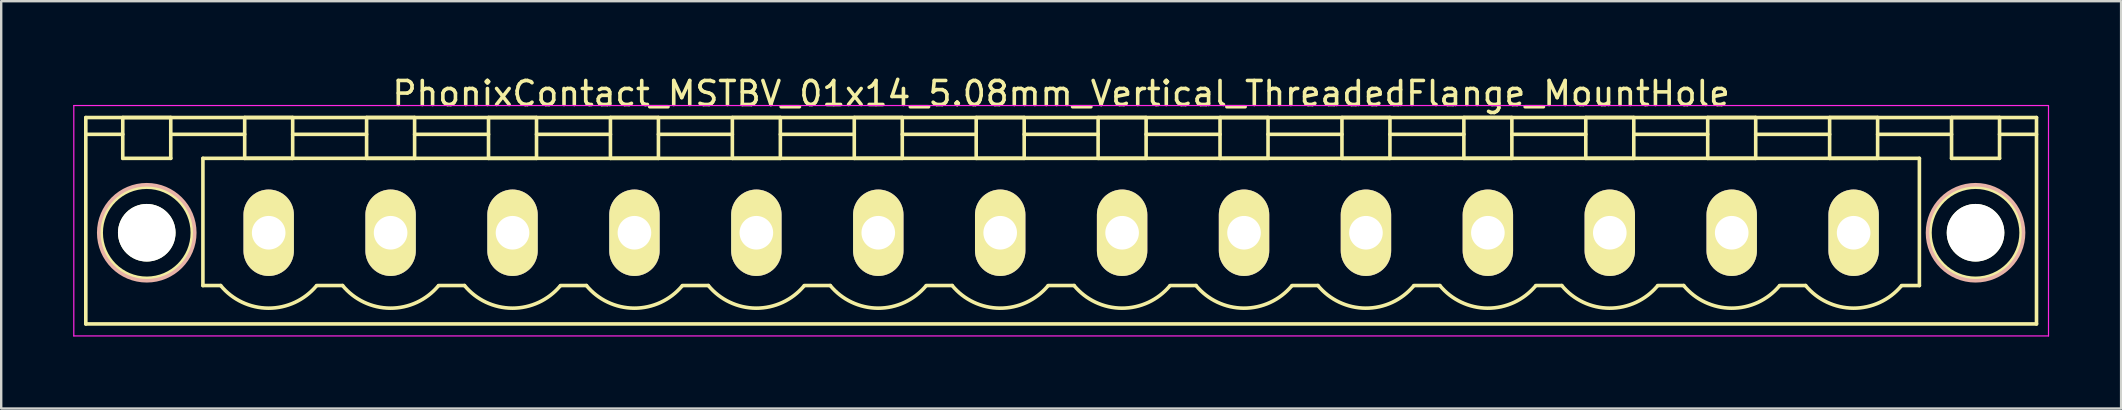
<source format=kicad_pcb>
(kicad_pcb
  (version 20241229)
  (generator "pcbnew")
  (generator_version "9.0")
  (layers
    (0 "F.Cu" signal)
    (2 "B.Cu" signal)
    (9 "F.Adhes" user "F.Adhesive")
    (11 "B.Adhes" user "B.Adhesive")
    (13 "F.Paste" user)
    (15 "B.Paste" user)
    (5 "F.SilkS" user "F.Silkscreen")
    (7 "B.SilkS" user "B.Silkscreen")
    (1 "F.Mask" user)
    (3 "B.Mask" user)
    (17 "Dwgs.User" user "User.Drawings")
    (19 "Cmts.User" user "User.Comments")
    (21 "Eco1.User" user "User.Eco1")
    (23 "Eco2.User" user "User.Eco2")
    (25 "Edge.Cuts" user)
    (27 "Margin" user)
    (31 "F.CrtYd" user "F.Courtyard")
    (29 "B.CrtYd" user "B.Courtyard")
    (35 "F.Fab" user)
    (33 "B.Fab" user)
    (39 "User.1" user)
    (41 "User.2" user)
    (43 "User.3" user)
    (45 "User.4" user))
  (footprint "PhonixContact_MSTBV_01x14_5.08mm_Vertical_ThreadedFlange_MountHole"
    (layer "F.Cu")
    (at 8.145 6.648)
    (property "Reference" "PhonixContact_MSTBV_01x14_5.08mm_Vertical_ThreadedFlange_MountHole" (at 33.02 -5.8 0) (layer "F.SilkS") (effects (font (size 1 1) (thickness 0.15))))
    (attr through_hole)
    (fp_line (start -7.62 -4.8) (end -7.62 3.8) (stroke (width 0.15) (type solid)) (layer "F.SilkS"))
    (fp_line (start -7.62 -4.1) (end -6.08 -4.1) (stroke (width 0.15) (type solid)) (layer "F.SilkS"))
    (fp_line (start -7.62 3.8) (end 73.66 3.8) (stroke (width 0.15) (type solid)) (layer "F.SilkS"))
    (fp_line (start -6.08 -4.8) (end -4.08 -4.8) (stroke (width 0.15) (type solid)) (layer "F.SilkS"))
    (fp_line (start -6.08 -3.1) (end -6.08 -4.8) (stroke (width 0.15) (type solid)) (layer "F.SilkS"))
    (fp_line (start -4.08 -4.8) (end -4.08 -3.1) (stroke (width 0.15) (type solid)) (layer "F.SilkS"))
    (fp_line (start -4.08 -4.1) (end -1 -4.1) (stroke (width 0.15) (type solid)) (layer "F.SilkS"))
    (fp_line (start -4.08 -3.1) (end -6.08 -3.1) (stroke (width 0.15) (type solid)) (layer "F.SilkS"))
    (fp_line (start -2.74 -3.1) (end 68.78 -3.1) (stroke (width 0.15) (type solid)) (layer "F.SilkS"))
    (fp_line (start -2.74 2.2) (end -2.74 -3.1) (stroke (width 0.15) (type solid)) (layer "F.SilkS"))
    (fp_line (start -2 2.2) (end -2.74 2.2) (stroke (width 0.15) (type solid)) (layer "F.SilkS"))
    (fp_line (start -1 -4.8) (end 1 -4.8) (stroke (width 0.15) (type solid)) (layer "F.SilkS"))
    (fp_line (start -1 -3.1) (end -1 -4.8) (stroke (width 0.15) (type solid)) (layer "F.SilkS"))
    (fp_line (start 1 -4.8) (end 1 -3.1) (stroke (width 0.15) (type solid)) (layer "F.SilkS"))
    (fp_line (start 1 -4.1) (end 4.08 -4.1) (stroke (width 0.15) (type solid)) (layer "F.SilkS"))
    (fp_line (start 1 -3.1) (end -1 -3.1) (stroke (width 0.15) (type solid)) (layer "F.SilkS"))
    (fp_line (start 2 2.2) (end 3.08 2.2) (stroke (width 0.15) (type solid)) (layer "F.SilkS"))
    (fp_line (start 4.08 -4.8) (end 6.08 -4.8) (stroke (width 0.15) (type solid)) (layer "F.SilkS"))
    (fp_line (start 4.08 -3.1) (end 4.08 -4.8) (stroke (width 0.15) (type solid)) (layer "F.SilkS"))
    (fp_line (start 6.08 -4.8) (end 6.08 -3.1) (stroke (width 0.15) (type solid)) (layer "F.SilkS"))
    (fp_line (start 6.08 -4.1) (end 9.16 -4.1) (stroke (width 0.15) (type solid)) (layer "F.SilkS"))
    (fp_line (start 6.08 -3.1) (end 4.08 -3.1) (stroke (width 0.15) (type solid)) (layer "F.SilkS"))
    (fp_line (start 7.08 2.2) (end 8.16 2.2) (stroke (width 0.15) (type solid)) (layer "F.SilkS"))
    (fp_line (start 9.16 -4.8) (end 11.16 -4.8) (stroke (width 0.15) (type solid)) (layer "F.SilkS"))
    (fp_line (start 9.16 -3.1) (end 9.16 -4.8) (stroke (width 0.15) (type solid)) (layer "F.SilkS"))
    (fp_line (start 11.16 -4.8) (end 11.16 -3.1) (stroke (width 0.15) (type solid)) (layer "F.SilkS"))
    (fp_line (start 11.16 -4.1) (end 14.24 -4.1) (stroke (width 0.15) (type solid)) (layer "F.SilkS"))
    (fp_line (start 11.16 -3.1) (end 9.16 -3.1) (stroke (width 0.15) (type solid)) (layer "F.SilkS"))
    (fp_line (start 12.16 2.2) (end 13.24 2.2) (stroke (width 0.15) (type solid)) (layer "F.SilkS"))
    (fp_line (start 14.24 -4.8) (end 16.24 -4.8) (stroke (width 0.15) (type solid)) (layer "F.SilkS"))
    (fp_line (start 14.24 -3.1) (end 14.24 -4.8) (stroke (width 0.15) (type solid)) (layer "F.SilkS"))
    (fp_line (start 16.24 -4.8) (end 16.24 -3.1) (stroke (width 0.15) (type solid)) (layer "F.SilkS"))
    (fp_line (start 16.24 -4.1) (end 19.32 -4.1) (stroke (width 0.15) (type solid)) (layer "F.SilkS"))
    (fp_line (start 16.24 -3.1) (end 14.24 -3.1) (stroke (width 0.15) (type solid)) (layer "F.SilkS"))
    (fp_line (start 17.24 2.2) (end 18.32 2.2) (stroke (width 0.15) (type solid)) (layer "F.SilkS"))
    (fp_line (start 19.32 -4.8) (end 21.32 -4.8) (stroke (width 0.15) (type solid)) (layer "F.SilkS"))
    (fp_line (start 19.32 -3.1) (end 19.32 -4.8) (stroke (width 0.15) (type solid)) (layer "F.SilkS"))
    (fp_line (start 21.32 -4.8) (end 21.32 -3.1) (stroke (width 0.15) (type solid)) (layer "F.SilkS"))
    (fp_line (start 21.32 -4.1) (end 24.4 -4.1) (stroke (width 0.15) (type solid)) (layer "F.SilkS"))
    (fp_line (start 21.32 -3.1) (end 19.32 -3.1) (stroke (width 0.15) (type solid)) (layer "F.SilkS"))
    (fp_line (start 22.32 2.2) (end 23.4 2.2) (stroke (width 0.15) (type solid)) (layer "F.SilkS"))
    (fp_line (start 24.4 -4.8) (end 26.4 -4.8) (stroke (width 0.15) (type solid)) (layer "F.SilkS"))
    (fp_line (start 24.4 -3.1) (end 24.4 -4.8) (stroke (width 0.15) (type solid)) (layer "F.SilkS"))
    (fp_line (start 26.4 -4.8) (end 26.4 -3.1) (stroke (width 0.15) (type solid)) (layer "F.SilkS"))
    (fp_line (start 26.4 -4.1) (end 29.48 -4.1) (stroke (width 0.15) (type solid)) (layer "F.SilkS"))
    (fp_line (start 26.4 -3.1) (end 24.4 -3.1) (stroke (width 0.15) (type solid)) (layer "F.SilkS"))
    (fp_line (start 27.4 2.2) (end 28.48 2.2) (stroke (width 0.15) (type solid)) (layer "F.SilkS"))
    (fp_line (start 29.48 -4.8) (end 31.48 -4.8) (stroke (width 0.15) (type solid)) (layer "F.SilkS"))
    (fp_line (start 29.48 -3.1) (end 29.48 -4.8) (stroke (width 0.15) (type solid)) (layer "F.SilkS"))
    (fp_line (start 31.48 -4.8) (end 31.48 -3.1) (stroke (width 0.15) (type solid)) (layer "F.SilkS"))
    (fp_line (start 31.48 -4.1) (end 34.56 -4.1) (stroke (width 0.15) (type solid)) (layer "F.SilkS"))
    (fp_line (start 31.48 -3.1) (end 29.48 -3.1) (stroke (width 0.15) (type solid)) (layer "F.SilkS"))
    (fp_line (start 32.48 2.2) (end 33.56 2.2) (stroke (width 0.15) (type solid)) (layer "F.SilkS"))
    (fp_line (start 34.56 -4.8) (end 36.56 -4.8) (stroke (width 0.15) (type solid)) (layer "F.SilkS"))
    (fp_line (start 34.56 -3.1) (end 34.56 -4.8) (stroke (width 0.15) (type solid)) (layer "F.SilkS"))
    (fp_line (start 36.56 -4.8) (end 36.56 -3.1) (stroke (width 0.15) (type solid)) (layer "F.SilkS"))
    (fp_line (start 36.56 -4.1) (end 39.64 -4.1) (stroke (width 0.15) (type solid)) (layer "F.SilkS"))
    (fp_line (start 36.56 -3.1) (end 34.56 -3.1) (stroke (width 0.15) (type solid)) (layer "F.SilkS"))
    (fp_line (start 37.56 2.2) (end 38.64 2.2) (stroke (width 0.15) (type solid)) (layer "F.SilkS"))
    (fp_line (start 39.64 -4.8) (end 41.64 -4.8) (stroke (width 0.15) (type solid)) (layer "F.SilkS"))
    (fp_line (start 39.64 -3.1) (end 39.64 -4.8) (stroke (width 0.15) (type solid)) (layer "F.SilkS"))
    (fp_line (start 41.64 -4.8) (end 41.64 -3.1) (stroke (width 0.15) (type solid)) (layer "F.SilkS"))
    (fp_line (start 41.64 -4.1) (end 44.72 -4.1) (stroke (width 0.15) (type solid)) (layer "F.SilkS"))
    (fp_line (start 41.64 -3.1) (end 39.64 -3.1) (stroke (width 0.15) (type solid)) (layer "F.SilkS"))
    (fp_line (start 42.64 2.2) (end 43.72 2.2) (stroke (width 0.15) (type solid)) (layer "F.SilkS"))
    (fp_line (start 44.72 -4.8) (end 46.72 -4.8) (stroke (width 0.15) (type solid)) (layer "F.SilkS"))
    (fp_line (start 44.72 -3.1) (end 44.72 -4.8) (stroke (width 0.15) (type solid)) (layer "F.SilkS"))
    (fp_line (start 46.72 -4.8) (end 46.72 -3.1) (stroke (width 0.15) (type solid)) (layer "F.SilkS"))
    (fp_line (start 46.72 -4.1) (end 49.8 -4.1) (stroke (width 0.15) (type solid)) (layer "F.SilkS"))
    (fp_line (start 46.72 -3.1) (end 44.72 -3.1) (stroke (width 0.15) (type solid)) (layer "F.SilkS"))
    (fp_line (start 47.72 2.2) (end 48.8 2.2) (stroke (width 0.15) (type solid)) (layer "F.SilkS"))
    (fp_line (start 49.8 -4.8) (end 51.8 -4.8) (stroke (width 0.15) (type solid)) (layer "F.SilkS"))
    (fp_line (start 49.8 -3.1) (end 49.8 -4.8) (stroke (width 0.15) (type solid)) (layer "F.SilkS"))
    (fp_line (start 51.8 -4.8) (end 51.8 -3.1) (stroke (width 0.15) (type solid)) (layer "F.SilkS"))
    (fp_line (start 51.8 -4.1) (end 54.88 -4.1) (stroke (width 0.15) (type solid)) (layer "F.SilkS"))
    (fp_line (start 51.8 -3.1) (end 49.8 -3.1) (stroke (width 0.15) (type solid)) (layer "F.SilkS"))
    (fp_line (start 52.8 2.2) (end 53.88 2.2) (stroke (width 0.15) (type solid)) (layer "F.SilkS"))
    (fp_line (start 54.88 -4.8) (end 56.88 -4.8) (stroke (width 0.15) (type solid)) (layer "F.SilkS"))
    (fp_line (start 54.88 -3.1) (end 54.88 -4.8) (stroke (width 0.15) (type solid)) (layer "F.SilkS"))
    (fp_line (start 56.88 -4.8) (end 56.88 -3.1) (stroke (width 0.15) (type solid)) (layer "F.SilkS"))
    (fp_line (start 56.88 -4.1) (end 59.96 -4.1) (stroke (width 0.15) (type solid)) (layer "F.SilkS"))
    (fp_line (start 56.88 -3.1) (end 54.88 -3.1) (stroke (width 0.15) (type solid)) (layer "F.SilkS"))
    (fp_line (start 57.88 2.2) (end 58.96 2.2) (stroke (width 0.15) (type solid)) (layer "F.SilkS"))
    (fp_line (start 59.96 -4.8) (end 61.96 -4.8) (stroke (width 0.15) (type solid)) (layer "F.SilkS"))
    (fp_line (start 59.96 -3.1) (end 59.96 -4.8) (stroke (width 0.15) (type solid)) (layer "F.SilkS"))
    (fp_line (start 61.96 -4.8) (end 61.96 -3.1) (stroke (width 0.15) (type solid)) (layer "F.SilkS"))
    (fp_line (start 61.96 -4.1) (end 65.04 -4.1) (stroke (width 0.15) (type solid)) (layer "F.SilkS"))
    (fp_line (start 61.96 -3.1) (end 59.96 -3.1) (stroke (width 0.15) (type solid)) (layer "F.SilkS"))
    (fp_line (start 62.96 2.2) (end 64.04 2.2) (stroke (width 0.15) (type solid)) (layer "F.SilkS"))
    (fp_line (start 65.04 -4.8) (end 67.04 -4.8) (stroke (width 0.15) (type solid)) (layer "F.SilkS"))
    (fp_line (start 65.04 -3.1) (end 65.04 -4.8) (stroke (width 0.15) (type solid)) (layer "F.SilkS"))
    (fp_line (start 67.04 -4.8) (end 67.04 -3.1) (stroke (width 0.15) (type solid)) (layer "F.SilkS"))
    (fp_line (start 67.04 -4.1) (end 70.12 -4.1) (stroke (width 0.15) (type solid)) (layer "F.SilkS"))
    (fp_line (start 67.04 -3.1) (end 65.04 -3.1) (stroke (width 0.15) (type solid)) (layer "F.SilkS"))
    (fp_line (start 68.78 -3.1) (end 68.78 2.2) (stroke (width 0.15) (type solid)) (layer "F.SilkS"))
    (fp_line (start 68.78 2.2) (end 68.04 2.2) (stroke (width 0.15) (type solid)) (layer "F.SilkS"))
    (fp_line (start 70.12 -4.8) (end 72.12 -4.8) (stroke (width 0.15) (type solid)) (layer "F.SilkS"))
    (fp_line (start 70.12 -3.1) (end 70.12 -4.8) (stroke (width 0.15) (type solid)) (layer "F.SilkS"))
    (fp_line (start 72.12 -4.8) (end 72.12 -3.1) (stroke (width 0.15) (type solid)) (layer "F.SilkS"))
    (fp_line (start 72.12 -3.1) (end 70.12 -3.1) (stroke (width 0.15) (type solid)) (layer "F.SilkS"))
    (fp_line (start 73.66 -4.8) (end -7.62 -4.8) (stroke (width 0.15) (type solid)) (layer "F.SilkS"))
    (fp_line (start 73.66 -4.1) (end 72.12 -4.1) (stroke (width 0.15) (type solid)) (layer "F.SilkS"))
    (fp_line (start 73.66 3.8) (end 73.66 -4.8) (stroke (width 0.15) (type solid)) (layer "F.SilkS"))
    (fp_arc (start 1.986842 2.215821) (mid -0.010289 3.142758) (end -2 2.2) (stroke (width 0.15) (type solid)) (layer "F.SilkS"))
    (fp_arc (start 7.066842 2.215821) (mid 5.069711 3.142758) (end 3.08 2.2) (stroke (width 0.15) (type solid)) (layer "F.SilkS"))
    (fp_arc (start 12.146842 2.215821) (mid 10.149711 3.142758) (end 8.16 2.2) (stroke (width 0.15) (type solid)) (layer "F.SilkS"))
    (fp_arc (start 17.226842 2.215821) (mid 15.229711 3.142758) (end 13.24 2.2) (stroke (width 0.15) (type solid)) (layer "F.SilkS"))
    (fp_arc (start 22.306842 2.215821) (mid 20.309711 3.142758) (end 18.32 2.2) (stroke (width 0.15) (type solid)) (layer "F.SilkS"))
    (fp_arc (start 27.386842 2.215821) (mid 25.389711 3.142758) (end 23.4 2.2) (stroke (width 0.15) (type solid)) (layer "F.SilkS"))
    (fp_arc (start 32.466842 2.215821) (mid 30.469711 3.142758) (end 28.48 2.2) (stroke (width 0.15) (type solid)) (layer "F.SilkS"))
    (fp_arc (start 37.546842 2.215821) (mid 35.549711 3.142758) (end 33.56 2.2) (stroke (width 0.15) (type solid)) (layer "F.SilkS"))
    (fp_arc (start 42.626842 2.215821) (mid 40.629711 3.142758) (end 38.64 2.2) (stroke (width 0.15) (type solid)) (layer "F.SilkS"))
    (fp_arc (start 47.706842 2.215821) (mid 45.709711 3.142758) (end 43.72 2.2) (stroke (width 0.15) (type solid)) (layer "F.SilkS"))
    (fp_arc (start 52.786842 2.215821) (mid 50.789711 3.142758) (end 48.8 2.2) (stroke (width 0.15) (type solid)) (layer "F.SilkS"))
    (fp_arc (start 57.866842 2.215821) (mid 55.869711 3.142758) (end 53.88 2.2) (stroke (width 0.15) (type solid)) (layer "F.SilkS"))
    (fp_arc (start 62.946842 2.215821) (mid 60.949711 3.142758) (end 58.96 2.2) (stroke (width 0.15) (type solid)) (layer "F.SilkS"))
    (fp_arc (start 68.026842 2.215821) (mid 66.029711 3.142758) (end 64.04 2.2) (stroke (width 0.15) (type solid)) (layer "F.SilkS"))
    (fp_circle (center -5.08 0) (end -4.08 0) (stroke (width 0.15) (type solid)) (fill no) (layer "F.SilkS"))
    (fp_circle (center -5.08 0) (end -3.18 0) (stroke (width 0.15) (type solid)) (fill no) (layer "F.SilkS"))
    (fp_circle (center 71.12 0) (end 72.12 0) (stroke (width 0.15) (type solid)) (fill no) (layer "F.SilkS"))
    (fp_circle (center 71.12 0) (end 73.02 0) (stroke (width 0.15) (type solid)) (fill no) (layer "F.SilkS"))
    (fp_circle (center -5.08 0) (end -3.08 0) (stroke (width 0.15) (type solid)) (fill no) (layer "B.SilkS"))
    (fp_circle (center 71.12 0) (end 73.12 0) (stroke (width 0.15) (type solid)) (fill no) (layer "B.SilkS"))
    (fp_line (start -8.12 -5.3) (end -8.12 4.3) (stroke (width 0.05) (type solid)) (layer "F.CrtYd"))
    (fp_line (start -8.12 4.3) (end 74.16 4.3) (stroke (width 0.05) (type solid)) (layer "F.CrtYd"))
    (fp_line (start 74.16 -5.3) (end -8.12 -5.3) (stroke (width 0.05) (type solid)) (layer "F.CrtYd"))
    (fp_line (start 74.16 4.3) (end 74.16 -5.3) (stroke (width 0.05) (type solid)) (layer "F.CrtYd"))
    (pad "" np_thru_hole circle (at -5.08 0) (size 2.4 2.4) (drill 2.4) (layers "*.Cu" "*.Mask" "F.SilkS"))
    (pad "" np_thru_hole circle (at 71.12 0) (size 2.4 2.4) (drill 2.4) (layers "*.Cu" "*.Mask" "F.SilkS"))
    (pad "1" thru_hole oval (at 0 0) (size 2.1 3.6) (drill 1.4) (layers "*.Cu" "*.Mask" "F.SilkS"))
    (pad "2" thru_hole oval (at 5.08 0) (size 2.1 3.6) (drill 1.4) (layers "*.Cu" "*.Mask" "F.SilkS"))
    (pad "3" thru_hole oval (at 10.16 0) (size 2.1 3.6) (drill 1.4) (layers "*.Cu" "*.Mask" "F.SilkS"))
    (pad "4" thru_hole oval (at 15.24 0) (size 2.1 3.6) (drill 1.4) (layers "*.Cu" "*.Mask" "F.SilkS"))
    (pad "5" thru_hole oval (at 20.32 0) (size 2.1 3.6) (drill 1.4) (layers "*.Cu" "*.Mask" "F.SilkS"))
    (pad "6" thru_hole oval (at 25.4 0) (size 2.1 3.6) (drill 1.4) (layers "*.Cu" "*.Mask" "F.SilkS"))
    (pad "7" thru_hole oval (at 30.48 0) (size 2.1 3.6) (drill 1.4) (layers "*.Cu" "*.Mask" "F.SilkS"))
    (pad "8" thru_hole oval (at 35.56 0) (size 2.1 3.6) (drill 1.4) (layers "*.Cu" "*.Mask" "F.SilkS"))
    (pad "9" thru_hole oval (at 40.64 0) (size 2.1 3.6) (drill 1.4) (layers "*.Cu" "*.Mask" "F.SilkS"))
    (pad "10" thru_hole oval (at 45.72 0) (size 2.1 3.6) (drill 1.4) (layers "*.Cu" "*.Mask" "F.SilkS"))
    (pad "11" thru_hole oval (at 50.8 0) (size 2.1 3.6) (drill 1.4) (layers "*.Cu" "*.Mask" "F.SilkS"))
    (pad "12" thru_hole oval (at 55.88 0) (size 2.1 3.6) (drill 1.4) (layers "*.Cu" "*.Mask" "F.SilkS"))
    (pad "13" thru_hole oval (at 60.96 0) (size 2.1 3.6) (drill 1.4) (layers "*.Cu" "*.Mask" "F.SilkS"))
    (pad "14" thru_hole oval (at 66.04 0) (size 2.1 3.6) (drill 1.4) (layers "*.Cu" "*.Mask" "F.SilkS")))
  (gr_rect
    (start -3 -3)
    (end 85.33 13.973)
    (stroke (width 0.1) (type default))
    (fill no)
    (layer "Edge.Cuts")))
</source>
